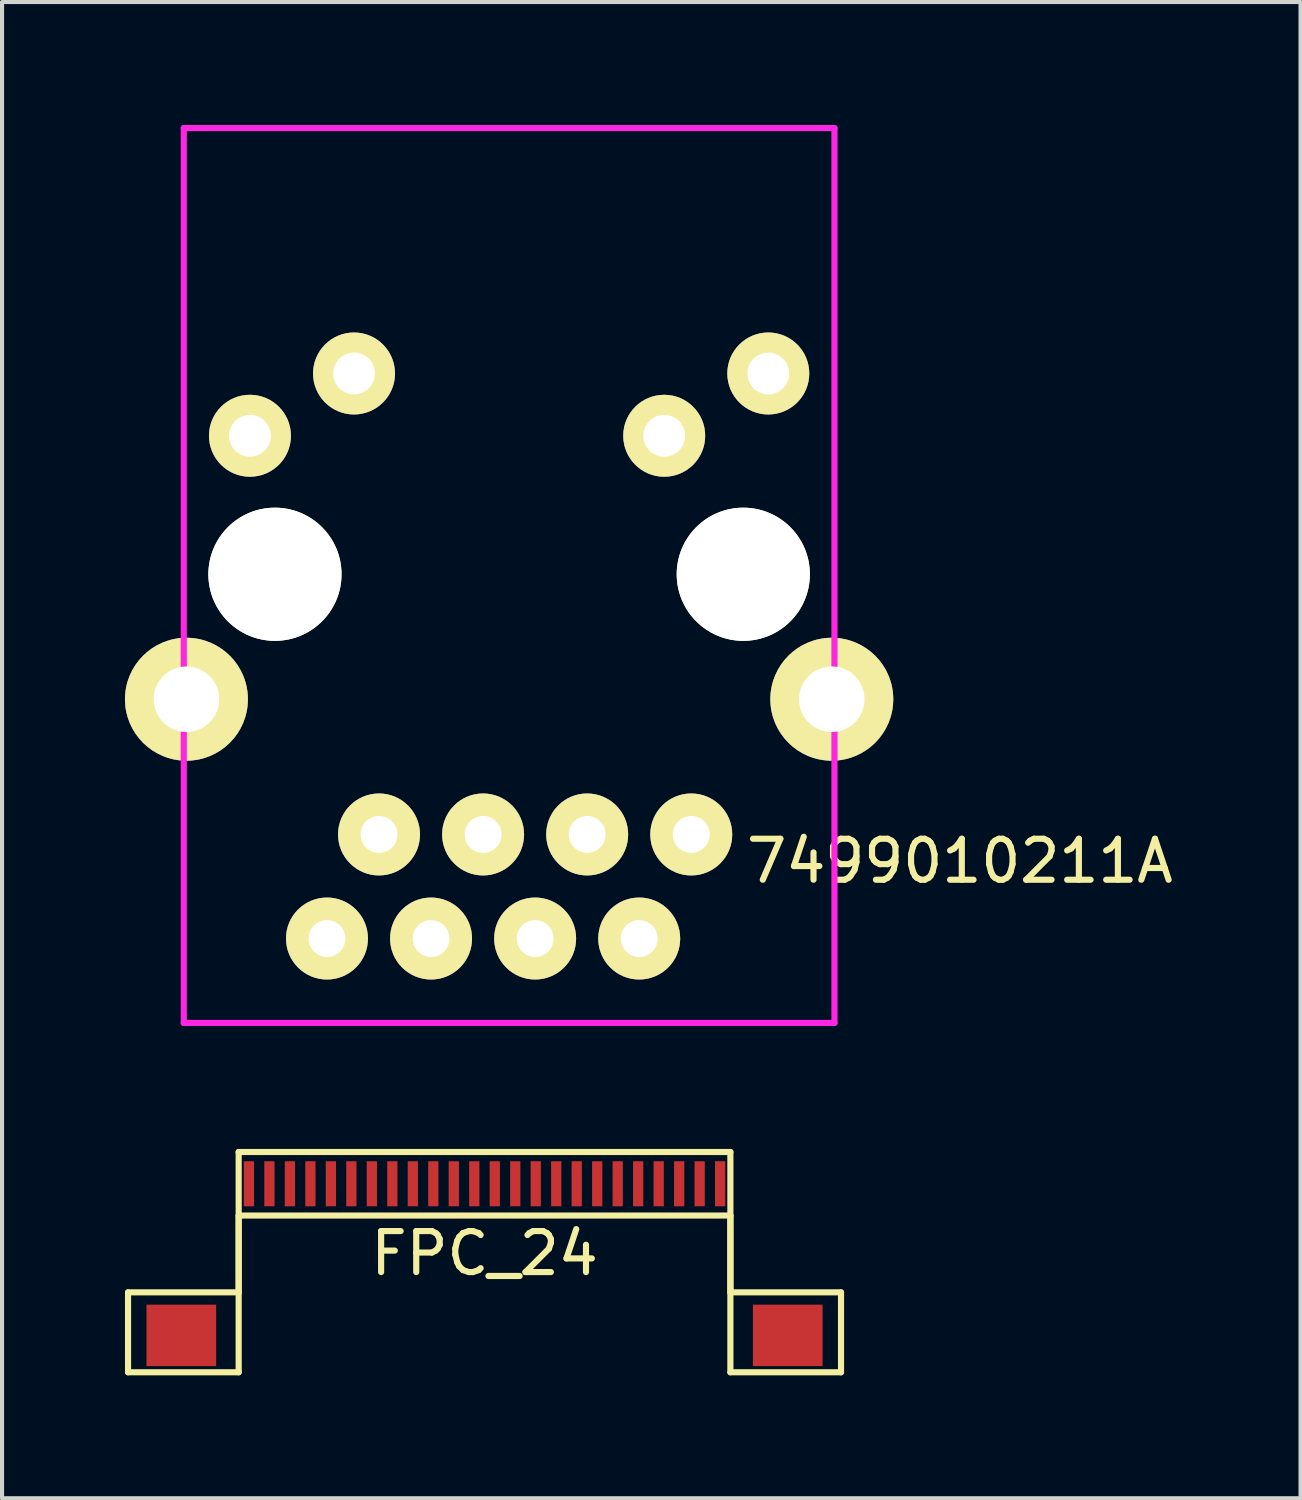
<source format=kicad_pcb>
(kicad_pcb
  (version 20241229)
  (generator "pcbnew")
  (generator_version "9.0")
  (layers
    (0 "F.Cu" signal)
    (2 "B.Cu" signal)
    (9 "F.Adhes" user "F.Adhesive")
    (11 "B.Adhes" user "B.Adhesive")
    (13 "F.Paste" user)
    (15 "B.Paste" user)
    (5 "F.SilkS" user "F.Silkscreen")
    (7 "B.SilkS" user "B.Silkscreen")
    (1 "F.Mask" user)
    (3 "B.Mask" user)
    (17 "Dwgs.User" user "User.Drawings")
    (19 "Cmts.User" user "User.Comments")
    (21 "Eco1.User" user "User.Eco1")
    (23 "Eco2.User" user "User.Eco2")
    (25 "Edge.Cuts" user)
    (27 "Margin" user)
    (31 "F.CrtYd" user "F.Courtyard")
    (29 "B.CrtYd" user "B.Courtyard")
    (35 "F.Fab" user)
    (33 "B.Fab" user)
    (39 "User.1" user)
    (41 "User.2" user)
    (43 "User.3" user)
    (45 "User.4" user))
  (footprint "FPC_24"
    (layer "F.Cu")
    (at 8.775 25.84)
    (property "Reference" "FPC_24" (at 0 1.7 0) (layer "F.SilkS") (effects (font (size 1 1) (thickness 0.15))))
    (attr smd)
    (fp_line (start -8.7 2.65) (end -6 2.65) (stroke (width 0.15) (type solid)) (layer "F.SilkS"))
    (fp_line (start -8.7 4.6) (end -8.7 2.65) (stroke (width 0.15) (type solid)) (layer "F.SilkS"))
    (fp_line (start -6 -0.775) (end 6 -0.775) (stroke (width 0.15) (type solid)) (layer "F.SilkS"))
    (fp_line (start -6 0.775) (end -6 4.6) (stroke (width 0.15) (type solid)) (layer "F.SilkS"))
    (fp_line (start -6 0.775) (end 6 0.775) (stroke (width 0.15) (type solid)) (layer "F.SilkS"))
    (fp_line (start -6 2.65) (end -6 -0.775) (stroke (width 0.15) (type solid)) (layer "F.SilkS"))
    (fp_line (start -6 4.6) (end -8.7 4.6) (stroke (width 0.15) (type solid)) (layer "F.SilkS"))
    (fp_line (start 6 0.775) (end 6 4.6) (stroke (width 0.15) (type solid)) (layer "F.SilkS"))
    (fp_line (start 6 2.65) (end 6 -0.775) (stroke (width 0.15) (type solid)) (layer "F.SilkS"))
    (fp_line (start 6 4.6) (end 8.7 4.6) (stroke (width 0.15) (type solid)) (layer "F.SilkS"))
    (fp_line (start 8.7 2.65) (end 6 2.65) (stroke (width 0.15) (type solid)) (layer "F.SilkS"))
    (fp_line (start 8.7 4.6) (end 8.7 2.65) (stroke (width 0.15) (type solid)) (layer "F.SilkS"))
    (pad "0" smd rect (at -7.4 3.7) (size 1.7 1.5) (layers "F.Cu" "F.Mask" "F.Paste"))
    (pad "0" smd rect (at 7.4 3.7) (size 1.7 1.5) (layers "F.Cu" "F.Mask" "F.Paste"))
    (pad "1" smd rect (at -5.75 0) (size 0.25 1.1) (layers "F.Cu" "F.Mask" "F.Paste"))
    (pad "2" smd rect (at -5.25 0) (size 0.25 1.1) (layers "F.Cu" "F.Mask" "F.Paste"))
    (pad "3" smd rect (at -4.75 0) (size 0.25 1.1) (layers "F.Cu" "F.Mask" "F.Paste"))
    (pad "4" smd rect (at -4.25 0) (size 0.25 1.1) (layers "F.Cu" "F.Mask" "F.Paste"))
    (pad "5" smd rect (at -3.75 0) (size 0.25 1.1) (layers "F.Cu" "F.Mask" "F.Paste"))
    (pad "6" smd rect (at -3.25 0) (size 0.25 1.1) (layers "F.Cu" "F.Mask" "F.Paste"))
    (pad "7" smd rect (at -2.75 0) (size 0.25 1.1) (layers "F.Cu" "F.Mask" "F.Paste"))
    (pad "8" smd rect (at -2.25 0) (size 0.25 1.1) (layers "F.Cu" "F.Mask" "F.Paste"))
    (pad "9" smd rect (at -1.75 0) (size 0.25 1.1) (layers "F.Cu" "F.Mask" "F.Paste"))
    (pad "10" smd rect (at -1.25 0) (size 0.25 1.1) (layers "F.Cu" "F.Mask" "F.Paste"))
    (pad "11" smd rect (at -0.75 0) (size 0.25 1.1) (layers "F.Cu" "F.Mask" "F.Paste"))
    (pad "12" smd rect (at -0.25 0) (size 0.25 1.1) (layers "F.Cu" "F.Mask" "F.Paste"))
    (pad "13" smd rect (at 0.25 0) (size 0.25 1.1) (layers "F.Cu" "F.Mask" "F.Paste"))
    (pad "14" smd rect (at 0.75 0) (size 0.25 1.1) (layers "F.Cu" "F.Mask" "F.Paste"))
    (pad "15" smd rect (at 1.25 0) (size 0.25 1.1) (layers "F.Cu" "F.Mask" "F.Paste"))
    (pad "16" smd rect (at 1.75 0) (size 0.25 1.1) (layers "F.Cu" "F.Mask" "F.Paste"))
    (pad "17" smd rect (at 2.25 0) (size 0.25 1.1) (layers "F.Cu" "F.Mask" "F.Paste"))
    (pad "18" smd rect (at 2.75 0) (size 0.25 1.1) (layers "F.Cu" "F.Mask" "F.Paste"))
    (pad "19" smd rect (at 3.25 0) (size 0.25 1.1) (layers "F.Cu" "F.Mask" "F.Paste"))
    (pad "20" smd rect (at 3.75 0) (size 0.25 1.1) (layers "F.Cu" "F.Mask" "F.Paste"))
    (pad "21" smd rect (at 4.25 0) (size 0.25 1.1) (layers "F.Cu" "F.Mask" "F.Paste"))
    (pad "22" smd rect (at 4.75 0) (size 0.25 1.1) (layers "F.Cu" "F.Mask" "F.Paste"))
    (pad "23" smd rect (at 5.25 0) (size 0.25 1.1) (layers "F.Cu" "F.Mask" "F.Paste"))
    (pad "24" smd rect (at 5.75 0) (size 0.25 1.1) (layers "F.Cu" "F.Mask" "F.Paste")))
  (footprint "7499010211A"
    (layer "F.Cu")
    (at 9.375 10.965)
    (property "Reference" "7499010211A" (at 11 7 0) (layer "F.SilkS") (effects (font (size 1 1) (thickness 0.15))))
    (attr through_hole)
    (fp_line (start -7.94 -10.89) (end 7.94 -10.89) (stroke (width 0.15) (type solid)) (layer "F.CrtYd"))
    (fp_line (start -7.94 10.95) (end -7.94 -10.89) (stroke (width 0.15) (type solid)) (layer "F.CrtYd"))
    (fp_line (start 7.94 -10.89) (end 7.94 10.95) (stroke (width 0.15) (type solid)) (layer "F.CrtYd"))
    (fp_line (start 7.94 10.95) (end -7.94 10.95) (stroke (width 0.15) (type solid)) (layer "F.CrtYd"))
    (pad "" np_thru_hole circle (at -5.715 0) (size 3.25 3.25) (drill 3.25) (layers "*.Cu" "*.Mask" "F.SilkS"))
    (pad "" np_thru_hole circle (at 5.715 0) (size 3.25 3.25) (drill 3.25) (layers "*.Cu" "*.Mask" "F.SilkS"))
    (pad "1" thru_hole circle (at 4.445 6.35) (size 2 2) (drill 0.9) (layers "*.Cu" "*.Mask" "F.SilkS"))
    (pad "2" thru_hole circle (at 3.175 8.89) (size 2 2) (drill 0.9) (layers "*.Cu" "*.Mask" "F.SilkS"))
    (pad "3" thru_hole circle (at 1.905 6.35) (size 2 2) (drill 0.9) (layers "*.Cu" "*.Mask" "F.SilkS"))
    (pad "4" thru_hole circle (at 0.635 8.89) (size 2 2) (drill 0.9) (layers "*.Cu" "*.Mask" "F.SilkS"))
    (pad "5" thru_hole circle (at -0.635 6.35) (size 2 2) (drill 0.9) (layers "*.Cu" "*.Mask" "F.SilkS"))
    (pad "6" thru_hole circle (at -1.905 8.89) (size 2 2) (drill 0.9) (layers "*.Cu" "*.Mask" "F.SilkS"))
    (pad "7" thru_hole circle (at -3.175 6.35) (size 2 2) (drill 0.9) (layers "*.Cu" "*.Mask" "F.SilkS"))
    (pad "8" thru_hole circle (at -4.445 8.89) (size 2 2) (drill 0.9) (layers "*.Cu" "*.Mask" "F.SilkS"))
    (pad "13" thru_hole circle (at -7.875 3.05) (size 3 3) (drill 1.6) (layers "*.Cu" "*.Mask" "F.SilkS"))
    (pad "13" thru_hole circle (at 7.875 3.05) (size 3 3) (drill 1.6) (layers "*.Cu" "*.Mask" "F.SilkS"))
    (pad "GA" thru_hole circle (at 6.325 -4.9) (size 2 2) (drill 1.02) (layers "*.Cu" "*.Mask" "F.SilkS"))
    (pad "GK" thru_hole circle (at 3.785 -3.38) (size 2 2) (drill 1.02) (layers "*.Cu" "*.Mask" "F.SilkS"))
    (pad "YA" thru_hole circle (at -6.325 -3.38) (size 2 2) (drill 1.02) (layers "*.Cu" "*.Mask" "F.SilkS"))
    (pad "YK" thru_hole circle (at -3.785 -4.9) (size 2 2) (drill 1.02) (layers "*.Cu" "*.Mask" "F.SilkS")))
  (gr_rect
    (start -3 -3)
    (end 28.69 33.515)
    (stroke (width 0.1) (type default))
    (fill no)
    (layer "Edge.Cuts")))
</source>
